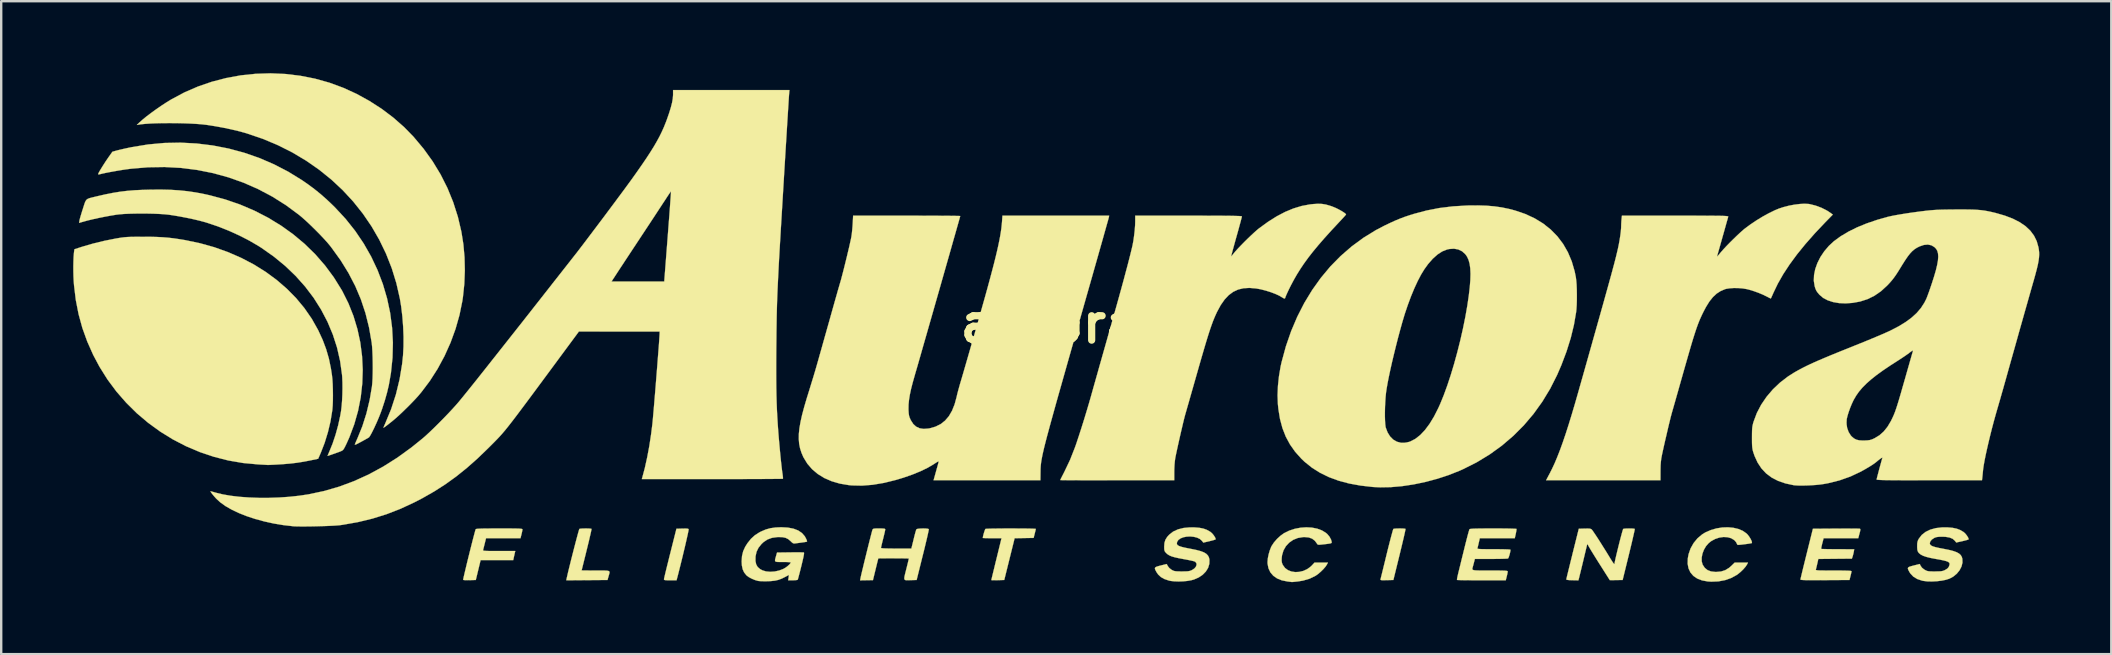
<source format=kicad_pcb>
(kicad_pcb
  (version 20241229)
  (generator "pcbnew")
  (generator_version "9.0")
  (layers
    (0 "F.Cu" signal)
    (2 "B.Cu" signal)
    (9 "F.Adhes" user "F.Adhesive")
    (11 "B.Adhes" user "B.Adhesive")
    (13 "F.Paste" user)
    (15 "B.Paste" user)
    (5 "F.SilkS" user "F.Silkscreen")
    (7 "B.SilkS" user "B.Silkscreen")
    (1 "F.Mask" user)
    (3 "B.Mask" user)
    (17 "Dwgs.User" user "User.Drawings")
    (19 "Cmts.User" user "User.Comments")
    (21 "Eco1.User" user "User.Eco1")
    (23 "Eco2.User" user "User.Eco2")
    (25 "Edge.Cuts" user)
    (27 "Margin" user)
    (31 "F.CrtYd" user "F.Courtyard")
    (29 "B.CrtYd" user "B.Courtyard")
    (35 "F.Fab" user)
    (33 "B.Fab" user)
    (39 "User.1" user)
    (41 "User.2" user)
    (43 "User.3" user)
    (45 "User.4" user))
  (footprint "aurora"
    (layer "F.Cu")
    (at 40.687 10.431)
    (property "Reference" "aurora" (at 0 0 0) (layer "F.SilkS") (effects (font (size 1.524 1.524) (thickness 0.3))))
    (attr through_hole)
    (fp_poly (pts (xy -15.112 8.541) (xy -15.067 8.55) (xy -15.048 8.567) (xy -15.047 8.569) (xy -15.051 8.6) (xy -15.065 8.674) (xy -15.088 8.785) (xy -15.12 8.927) (xy -15.158 9.095) (xy -15.201 9.281) (xy -15.249 9.481) (xy -15.298 9.687) (xy -15.349 9.895) (xy -15.399 10.097) (xy -15.447 10.288) (xy -15.491 10.462) (xy -15.51 10.535) (xy -15.552 10.693) (xy -15.815 10.693) (xy -15.934 10.693) (xy -16.01 10.689) (xy -16.054 10.681) (xy -16.073 10.668) (xy -16.076 10.649) (xy -16.07 10.615) (xy -16.052 10.538) (xy -16.025 10.422) (xy -15.989 10.273) (xy -15.946 10.097) (xy -15.896 9.898) (xy -15.843 9.682) (xy -15.816 9.576) (xy -15.557 8.547) (xy -15.309 8.54) (xy -15.19 8.538) (xy -15.112 8.541)) (stroke (width 0.01) (type solid)) (fill yes) (layer "F.SilkS"))
    (fp_poly (pts (xy 14.704 8.538) (xy 14.776 8.543) (xy 14.814 8.551) (xy 14.817 8.553) (xy 14.814 8.581) (xy 14.799 8.653) (xy 14.775 8.764) (xy 14.742 8.909) (xy 14.701 9.083) (xy 14.654 9.28) (xy 14.602 9.495) (xy 14.57 9.627) (xy 14.311 10.681) (xy 14.037 10.688) (xy 13.916 10.69) (xy 13.838 10.69) (xy 13.794 10.684) (xy 13.775 10.673) (xy 13.774 10.655) (xy 13.775 10.65) (xy 13.784 10.616) (xy 13.803 10.538) (xy 13.832 10.422) (xy 13.869 10.273) (xy 13.912 10.096) (xy 13.961 9.898) (xy 14.013 9.682) (xy 14.036 9.588) (xy 14.09 9.369) (xy 14.142 9.165) (xy 14.189 8.981) (xy 14.231 8.824) (xy 14.265 8.698) (xy 14.291 8.608) (xy 14.308 8.56) (xy 14.311 8.554) (xy 14.348 8.545) (xy 14.419 8.539) (xy 14.512 8.536) (xy 14.611 8.535) (xy 14.704 8.538)) (stroke (width 0.01) (type solid)) (fill yes) (layer "F.SilkS"))
    (fp_poly (pts (xy -1.382 8.536) (xy -1.193 8.537) (xy -1.018 8.538) (xy -0.864 8.54) (xy -0.738 8.543) (xy -0.646 8.547) (xy -0.594 8.551) (xy -0.585 8.553) (xy -0.591 8.586) (xy -0.607 8.653) (xy -0.629 8.742) (xy -0.631 8.75) (xy -0.676 8.928) (xy -1.072 8.935) (xy -1.468 8.942) (xy -1.684 9.811) (xy -1.9 10.681) (xy -2.169 10.689) (xy -2.279 10.691) (xy -2.368 10.691) (xy -2.424 10.688) (xy -2.438 10.685) (xy -2.433 10.658) (xy -2.416 10.588) (xy -2.39 10.479) (xy -2.356 10.339) (xy -2.315 10.172) (xy -2.27 9.984) (xy -2.226 9.807) (xy -2.014 8.941) (xy -2.404 8.941) (xy -2.538 8.94) (xy -2.653 8.938) (xy -2.738 8.935) (xy -2.787 8.932) (xy -2.794 8.93) (xy -2.787 8.879) (xy -2.77 8.803) (xy -2.746 8.717) (xy -2.72 8.637) (xy -2.698 8.577) (xy -2.684 8.554) (xy -2.653 8.55) (xy -2.578 8.546) (xy -2.466 8.542) (xy -2.324 8.54) (xy -2.158 8.538) (xy -1.974 8.536) (xy -1.78 8.535) (xy -1.58 8.535) (xy -1.382 8.536)) (stroke (width 0.01) (type solid)) (fill yes) (layer "F.SilkS"))
    (fp_poly (pts (xy -19.206 8.538) (xy -19.134 8.543) (xy -19.096 8.551) (xy -19.094 8.553) (xy -19.097 8.582) (xy -19.112 8.654) (xy -19.136 8.763) (xy -19.169 8.904) (xy -19.208 9.072) (xy -19.254 9.26) (xy -19.294 9.423) (xy -19.343 9.623) (xy -19.389 9.806) (xy -19.429 9.968) (xy -19.462 10.101) (xy -19.487 10.202) (xy -19.502 10.263) (xy -19.506 10.281) (xy -19.482 10.282) (xy -19.415 10.284) (xy -19.31 10.285) (xy -19.176 10.286) (xy -19.02 10.287) (xy -18.923 10.287) (xy -18.731 10.287) (xy -18.584 10.287) (xy -18.478 10.29) (xy -18.406 10.299) (xy -18.364 10.316) (xy -18.345 10.343) (xy -18.345 10.383) (xy -18.359 10.438) (xy -18.38 10.51) (xy -18.385 10.528) (xy -18.428 10.681) (xy -20.146 10.694) (xy -20.129 10.611) (xy -20.104 10.502) (xy -20.072 10.362) (xy -20.032 10.198) (xy -19.987 10.016) (xy -19.939 9.822) (xy -19.888 9.622) (xy -19.837 9.422) (xy -19.787 9.229) (xy -19.74 9.049) (xy -19.697 8.888) (xy -19.66 8.751) (xy -19.63 8.646) (xy -19.61 8.578) (xy -19.6 8.554) (xy -19.562 8.545) (xy -19.49 8.539) (xy -19.398 8.536) (xy -19.299 8.535) (xy -19.206 8.538)) (stroke (width 0.01) (type solid)) (fill yes) (layer "F.SilkS"))
    (fp_poly (pts (xy -22.686 8.535) (xy -22.483 8.535) (xy -22.323 8.537) (xy -22.199 8.539) (xy -22.107 8.542) (xy -22.043 8.547) (xy -22.002 8.553) (xy -21.98 8.56) (xy -21.972 8.57) (xy -21.971 8.574) (xy -21.977 8.617) (xy -21.992 8.693) (xy -22.012 8.777) (xy -22.053 8.941) (xy -23.489 8.941) (xy -23.544 9.163) (xy -23.57 9.268) (xy -23.593 9.357) (xy -23.608 9.417) (xy -23.612 9.43) (xy -23.613 9.443) (xy -23.604 9.453) (xy -23.579 9.461) (xy -23.533 9.467) (xy -23.46 9.47) (xy -23.354 9.473) (xy -23.211 9.474) (xy -23.024 9.474) (xy -22.948 9.474) (xy -22.27 9.474) (xy -22.285 9.532) (xy -22.298 9.59) (xy -22.317 9.674) (xy -22.328 9.722) (xy -22.356 9.855) (xy -23.715 9.855) (xy -23.815 10.268) (xy -23.915 10.681) (xy -24.173 10.688) (xy -24.282 10.689) (xy -24.37 10.687) (xy -24.427 10.681) (xy -24.442 10.675) (xy -24.438 10.647) (xy -24.424 10.576) (xy -24.399 10.468) (xy -24.367 10.33) (xy -24.328 10.168) (xy -24.285 9.987) (xy -24.238 9.795) (xy -24.189 9.597) (xy -24.14 9.4) (xy -24.092 9.21) (xy -24.047 9.033) (xy -24.006 8.876) (xy -23.971 8.744) (xy -23.944 8.644) (xy -23.926 8.583) (xy -23.919 8.566) (xy -23.901 8.557) (xy -23.857 8.55) (xy -23.783 8.545) (xy -23.676 8.54) (xy -23.531 8.537) (xy -23.346 8.536) (xy -23.115 8.535) (xy -22.935 8.534) (xy -22.686 8.535)) (stroke (width 0.01) (type solid)) (fill yes) (layer "F.SilkS"))
    (fp_poly (pts (xy 28.476 8.507) (xy 28.686 8.557) (xy 28.87 8.635) (xy 29.021 8.742) (xy 29.067 8.788) (xy 29.128 8.866) (xy 29.183 8.952) (xy 29.225 9.034) (xy 29.248 9.1) (xy 29.246 9.14) (xy 29.244 9.143) (xy 29.214 9.151) (xy 29.145 9.164) (xy 29.052 9.178) (xy 28.945 9.192) (xy 28.839 9.205) (xy 28.744 9.215) (xy 28.675 9.22) (xy 28.66 9.22) (xy 28.633 9.199) (xy 28.616 9.16) (xy 28.588 9.106) (xy 28.535 9.043) (xy 28.512 9.021) (xy 28.385 8.942) (xy 28.233 8.899) (xy 28.064 8.89) (xy 27.888 8.915) (xy 27.714 8.973) (xy 27.551 9.062) (xy 27.447 9.145) (xy 27.335 9.273) (xy 27.247 9.424) (xy 27.186 9.586) (xy 27.155 9.75) (xy 27.156 9.904) (xy 27.193 10.037) (xy 27.198 10.048) (xy 27.286 10.178) (xy 27.399 10.269) (xy 27.541 10.324) (xy 27.718 10.345) (xy 27.762 10.346) (xy 27.965 10.327) (xy 28.139 10.271) (xy 28.297 10.174) (xy 28.388 10.094) (xy 28.529 9.957) (xy 29.084 9.957) (xy 29.043 10.037) (xy 28.98 10.131) (xy 28.886 10.239) (xy 28.774 10.347) (xy 28.655 10.444) (xy 28.619 10.469) (xy 28.389 10.596) (xy 28.131 10.687) (xy 27.852 10.739) (xy 27.559 10.751) (xy 27.406 10.742) (xy 27.169 10.698) (xy 26.97 10.621) (xy 26.809 10.511) (xy 26.688 10.371) (xy 26.608 10.202) (xy 26.57 10.006) (xy 26.576 9.785) (xy 26.61 9.603) (xy 26.694 9.363) (xy 26.82 9.141) (xy 26.981 8.945) (xy 27.173 8.783) (xy 27.309 8.699) (xy 27.534 8.601) (xy 27.771 8.532) (xy 28.011 8.494) (xy 28.249 8.486) (xy 28.476 8.507)) (stroke (width 0.01) (type solid)) (fill yes) (layer "F.SilkS"))
    (fp_poly (pts (xy 24.272 8.539) (xy 24.338 8.545) (xy 24.367 8.554) (xy 24.364 8.582) (xy 24.35 8.654) (xy 24.325 8.765) (xy 24.292 8.91) (xy 24.252 9.083) (xy 24.205 9.28) (xy 24.153 9.495) (xy 24.121 9.627) (xy 23.862 10.681) (xy 23.595 10.685) (xy 23.328 10.689) (xy 22.948 10.09) (xy 22.843 9.925) (xy 22.743 9.765) (xy 22.652 9.619) (xy 22.574 9.492) (xy 22.514 9.394) (xy 22.479 9.334) (xy 22.389 9.175) (xy 22.227 9.852) (xy 22.183 10.034) (xy 22.142 10.204) (xy 22.105 10.355) (xy 22.075 10.477) (xy 22.053 10.566) (xy 22.042 10.612) (xy 22.019 10.696) (xy 21.766 10.691) (xy 21.632 10.686) (xy 21.549 10.676) (xy 21.516 10.662) (xy 21.515 10.659) (xy 21.521 10.628) (xy 21.538 10.554) (xy 21.565 10.442) (xy 21.601 10.295) (xy 21.644 10.121) (xy 21.692 9.923) (xy 21.746 9.708) (xy 21.775 9.588) (xy 22.035 8.547) (xy 22.278 8.54) (xy 22.397 8.538) (xy 22.477 8.541) (xy 22.529 8.552) (xy 22.564 8.57) (xy 22.574 8.578) (xy 22.603 8.614) (xy 22.655 8.688) (xy 22.727 8.795) (xy 22.816 8.93) (xy 22.918 9.089) (xy 23.029 9.266) (xy 23.148 9.455) (xy 23.27 9.653) (xy 23.36 9.802) (xy 23.421 9.898) (xy 23.471 9.971) (xy 23.506 10.014) (xy 23.52 10.021) (xy 23.52 10.019) (xy 23.526 9.975) (xy 23.543 9.892) (xy 23.568 9.777) (xy 23.6 9.639) (xy 23.638 9.483) (xy 23.678 9.319) (xy 23.719 9.154) (xy 23.76 8.994) (xy 23.798 8.849) (xy 23.832 8.724) (xy 23.859 8.629) (xy 23.878 8.57) (xy 23.886 8.554) (xy 23.924 8.545) (xy 23.995 8.539) (xy 24.086 8.536) (xy 24.183 8.536) (xy 24.272 8.539)) (stroke (width 0.01) (type solid)) (fill yes) (layer "F.SilkS"))
    (fp_poly (pts (xy 33.353 8.539) (xy 33.506 8.54) (xy 33.627 8.541) (xy 33.709 8.543) (xy 33.747 8.545) (xy 33.749 8.545) (xy 33.766 8.573) (xy 33.758 8.636) (xy 33.757 8.641) (xy 33.735 8.722) (xy 33.711 8.815) (xy 33.706 8.833) (xy 33.678 8.941) (xy 32.235 8.941) (xy 32.21 9.036) (xy 32.171 9.184) (xy 32.147 9.289) (xy 32.135 9.353) (xy 32.134 9.383) (xy 32.136 9.386) (xy 32.163 9.389) (xy 32.234 9.391) (xy 32.343 9.394) (xy 32.483 9.396) (xy 32.646 9.398) (xy 32.827 9.399) (xy 32.828 9.399) (xy 33.509 9.401) (xy 33.493 9.499) (xy 33.473 9.593) (xy 33.447 9.689) (xy 33.445 9.694) (xy 33.413 9.792) (xy 32.714 9.798) (xy 32.014 9.805) (xy 31.97 10.002) (xy 31.947 10.101) (xy 31.927 10.185) (xy 31.913 10.237) (xy 31.912 10.243) (xy 31.911 10.255) (xy 31.92 10.265) (xy 31.944 10.273) (xy 31.988 10.279) (xy 32.058 10.283) (xy 32.158 10.285) (xy 32.295 10.286) (xy 32.473 10.287) (xy 32.65 10.287) (xy 32.875 10.287) (xy 33.053 10.289) (xy 33.189 10.292) (xy 33.287 10.296) (xy 33.352 10.301) (xy 33.388 10.309) (xy 33.399 10.318) (xy 33.399 10.319) (xy 33.391 10.358) (xy 33.375 10.431) (xy 33.354 10.516) (xy 33.312 10.681) (xy 32.29 10.687) (xy 32.025 10.689) (xy 31.808 10.689) (xy 31.633 10.689) (xy 31.498 10.687) (xy 31.398 10.684) (xy 31.329 10.679) (xy 31.288 10.673) (xy 31.27 10.665) (xy 31.268 10.662) (xy 31.275 10.631) (xy 31.292 10.556) (xy 31.319 10.443) (xy 31.354 10.296) (xy 31.397 10.121) (xy 31.446 9.923) (xy 31.499 9.708) (xy 31.529 9.588) (xy 31.788 8.547) (xy 32.753 8.54) (xy 32.97 8.539) (xy 33.172 8.539) (xy 33.353 8.539)) (stroke (width 0.01) (type solid)) (fill yes) (layer "F.SilkS"))
    (fp_poly (pts (xy 10.919 8.5) (xy 11.138 8.543) (xy 11.334 8.616) (xy 11.499 8.717) (xy 11.559 8.769) (xy 11.649 8.877) (xy 11.713 8.994) (xy 11.741 9.096) (xy 11.742 9.122) (xy 11.731 9.14) (xy 11.701 9.154) (xy 11.643 9.166) (xy 11.549 9.179) (xy 11.455 9.19) (xy 11.33 9.204) (xy 11.245 9.212) (xy 11.192 9.212) (xy 11.161 9.205) (xy 11.144 9.19) (xy 11.138 9.18) (xy 11.043 9.05) (xy 10.928 8.961) (xy 10.788 8.909) (xy 10.616 8.893) (xy 10.543 8.895) (xy 10.33 8.931) (xy 10.137 9.009) (xy 9.97 9.125) (xy 9.833 9.273) (xy 9.733 9.449) (xy 9.673 9.648) (xy 9.659 9.762) (xy 9.656 9.869) (xy 9.664 9.946) (xy 9.686 10.014) (xy 9.707 10.058) (xy 9.797 10.181) (xy 9.919 10.271) (xy 10.064 10.328) (xy 10.224 10.352) (xy 10.393 10.343) (xy 10.562 10.302) (xy 10.724 10.227) (xy 10.87 10.119) (xy 10.923 10.067) (xy 11.025 9.957) (xy 11.584 9.957) (xy 11.541 10.039) (xy 11.483 10.127) (xy 11.394 10.23) (xy 11.287 10.335) (xy 11.175 10.431) (xy 11.071 10.505) (xy 10.823 10.626) (xy 10.544 10.708) (xy 10.332 10.742) (xy 10.227 10.753) (xy 10.142 10.762) (xy 10.09 10.766) (xy 10.078 10.766) (xy 10.051 10.762) (xy 9.988 10.754) (xy 9.9 10.743) (xy 9.894 10.742) (xy 9.664 10.696) (xy 9.468 10.617) (xy 9.309 10.506) (xy 9.188 10.365) (xy 9.108 10.197) (xy 9.07 10.004) (xy 9.068 9.933) (xy 9.08 9.783) (xy 9.114 9.612) (xy 9.164 9.442) (xy 9.223 9.294) (xy 9.239 9.264) (xy 9.334 9.12) (xy 9.461 8.973) (xy 9.605 8.84) (xy 9.75 8.735) (xy 9.757 8.731) (xy 9.972 8.625) (xy 10.204 8.549) (xy 10.444 8.503) (xy 10.685 8.487) (xy 10.919 8.5)) (stroke (width 0.01) (type solid)) (fill yes) (layer "F.SilkS"))
    (fp_poly (pts (xy -37.466 -3.616) (xy -37.201 -3.609) (xy -36.96 -3.597) (xy -36.733 -3.579) (xy -36.504 -3.553) (xy -36.263 -3.517) (xy -36.03 -3.479) (xy -35.41 -3.349) (xy -34.811 -3.182) (xy -34.236 -2.977) (xy -33.686 -2.737) (xy -33.164 -2.464) (xy -32.673 -2.158) (xy -32.214 -1.821) (xy -31.79 -1.455) (xy -31.402 -1.062) (xy -31.054 -0.642) (xy -30.747 -0.198) (xy -30.484 0.27) (xy -30.472 0.295) (xy -30.292 0.686) (xy -30.149 1.068) (xy -30.036 1.457) (xy -29.951 1.868) (xy -29.908 2.148) (xy -29.89 2.318) (xy -29.877 2.522) (xy -29.87 2.747) (xy -29.867 2.979) (xy -29.869 3.205) (xy -29.877 3.411) (xy -29.891 3.583) (xy -29.895 3.619) (xy -29.968 4.069) (xy -30.076 4.524) (xy -30.212 4.967) (xy -30.373 5.382) (xy -30.38 5.398) (xy -30.482 5.631) (xy -30.805 5.699) (xy -31.091 5.754) (xy -31.362 5.797) (xy -31.638 5.83) (xy -31.936 5.855) (xy -32.108 5.866) (xy -32.255 5.875) (xy -32.386 5.881) (xy -32.491 5.886) (xy -32.562 5.889) (xy -32.588 5.889) (xy -32.626 5.886) (xy -32.705 5.881) (xy -32.814 5.875) (xy -32.942 5.868) (xy -32.982 5.866) (xy -33.609 5.808) (xy -34.226 5.702) (xy -34.83 5.548) (xy -35.418 5.35) (xy -35.987 5.108) (xy -36.536 4.824) (xy -37.062 4.499) (xy -37.562 4.136) (xy -38.034 3.737) (xy -38.475 3.301) (xy -38.884 2.833) (xy -39.257 2.332) (xy -39.591 1.8) (xy -39.853 1.308) (xy -40.102 0.748) (xy -40.305 0.185) (xy -40.463 -0.39) (xy -40.579 -0.982) (xy -40.653 -1.598) (xy -40.667 -1.778) (xy -40.676 -1.964) (xy -40.681 -2.168) (xy -40.682 -2.378) (xy -40.678 -2.583) (xy -40.671 -2.768) (xy -40.659 -2.924) (xy -40.65 -3.003) (xy -40.636 -3.098) (xy -40.314 -3.202) (xy -39.868 -3.332) (xy -39.393 -3.448) (xy -38.911 -3.544) (xy -38.892 -3.547) (xy -38.77 -3.568) (xy -38.664 -3.584) (xy -38.565 -3.596) (xy -38.463 -3.605) (xy -38.35 -3.611) (xy -38.217 -3.614) (xy -38.054 -3.616) (xy -37.852 -3.617) (xy -37.77 -3.617) (xy -37.466 -3.616)) (stroke (width 0.01) (type solid)) (fill yes) (layer "F.SilkS"))
    (fp_poly (pts (xy -6.995 8.536) (xy -6.919 8.54) (xy -6.877 8.549) (xy -6.86 8.564) (xy -6.858 8.574) (xy -6.864 8.612) (xy -6.88 8.689) (xy -6.905 8.795) (xy -6.935 8.92) (xy -6.947 8.966) (xy -6.979 9.094) (xy -7.006 9.206) (xy -7.025 9.29) (xy -7.035 9.339) (xy -7.036 9.346) (xy -7.012 9.355) (xy -6.938 9.363) (xy -6.816 9.368) (xy -6.644 9.371) (xy -6.422 9.373) (xy -6.404 9.373) (xy -5.772 9.373) (xy -5.756 9.315) (xy -5.745 9.27) (xy -5.724 9.186) (xy -5.697 9.076) (xy -5.666 8.95) (xy -5.661 8.928) (xy -5.63 8.804) (xy -5.601 8.696) (xy -5.577 8.616) (xy -5.561 8.572) (xy -5.559 8.569) (xy -5.523 8.554) (xy -5.452 8.543) (xy -5.36 8.537) (xy -5.26 8.535) (xy -5.166 8.538) (xy -5.09 8.546) (xy -5.047 8.56) (xy -5.043 8.565) (xy -5.046 8.596) (xy -5.061 8.671) (xy -5.086 8.785) (xy -5.119 8.931) (xy -5.161 9.107) (xy -5.208 9.304) (xy -5.261 9.52) (xy -5.291 9.639) (xy -5.55 10.681) (xy -5.81 10.688) (xy -5.908 10.691) (xy -5.98 10.692) (xy -6.029 10.682) (xy -6.057 10.657) (xy -6.065 10.611) (xy -6.056 10.536) (xy -6.031 10.427) (xy -5.993 10.277) (xy -5.97 10.186) (xy -5.937 10.053) (xy -5.909 9.938) (xy -5.888 9.85) (xy -5.878 9.798) (xy -5.877 9.787) (xy -5.903 9.785) (xy -5.971 9.783) (xy -6.074 9.781) (xy -6.202 9.78) (xy -6.347 9.779) (xy -6.501 9.778) (xy -6.656 9.778) (xy -6.803 9.778) (xy -6.934 9.779) (xy -7.04 9.78) (xy -7.114 9.781) (xy -7.146 9.783) (xy -7.147 9.784) (xy -7.154 9.81) (xy -7.172 9.877) (xy -7.197 9.978) (xy -7.228 10.105) (xy -7.261 10.24) (xy -7.37 10.687) (xy -7.906 10.696) (xy -7.887 10.599) (xy -7.875 10.541) (xy -7.853 10.444) (xy -7.822 10.313) (xy -7.784 10.157) (xy -7.742 9.98) (xy -7.695 9.791) (xy -7.647 9.595) (xy -7.599 9.4) (xy -7.552 9.211) (xy -7.508 9.036) (xy -7.468 8.881) (xy -7.435 8.752) (xy -7.41 8.657) (xy -7.395 8.602) (xy -7.391 8.592) (xy -7.377 8.566) (xy -7.354 8.549) (xy -7.312 8.54) (xy -7.242 8.535) (xy -7.132 8.534) (xy -7.113 8.534) (xy -6.995 8.536)) (stroke (width 0.01) (type solid)) (fill yes) (layer "F.SilkS"))
    (fp_poly (pts (xy 18.683 8.535) (xy 18.883 8.536) (xy 19.06 8.538) (xy 19.21 8.541) (xy 19.327 8.545) (xy 19.405 8.549) (xy 19.439 8.553) (xy 19.44 8.553) (xy 19.44 8.586) (xy 19.43 8.654) (xy 19.412 8.743) (xy 19.41 8.757) (xy 19.368 8.941) (xy 17.912 8.941) (xy 17.869 9.125) (xy 17.847 9.221) (xy 17.827 9.302) (xy 17.815 9.351) (xy 17.814 9.354) (xy 17.813 9.367) (xy 17.823 9.377) (xy 17.848 9.385) (xy 17.894 9.39) (xy 17.967 9.394) (xy 18.072 9.396) (xy 18.215 9.398) (xy 18.401 9.398) (xy 18.488 9.398) (xy 18.67 9.399) (xy 18.834 9.401) (xy 18.975 9.404) (xy 19.085 9.408) (xy 19.158 9.413) (xy 19.187 9.419) (xy 19.187 9.419) (xy 19.188 9.454) (xy 19.176 9.522) (xy 19.156 9.604) (xy 19.132 9.687) (xy 19.108 9.752) (xy 19.088 9.785) (xy 19.057 9.79) (xy 18.982 9.794) (xy 18.87 9.798) (xy 18.727 9.801) (xy 18.562 9.803) (xy 18.384 9.804) (xy 17.706 9.804) (xy 17.678 9.912) (xy 17.654 10.005) (xy 17.63 10.095) (xy 17.626 10.109) (xy 17.612 10.16) (xy 17.602 10.2) (xy 17.602 10.231) (xy 17.617 10.253) (xy 17.651 10.269) (xy 17.71 10.279) (xy 17.799 10.284) (xy 17.922 10.287) (xy 18.086 10.287) (xy 18.294 10.287) (xy 18.339 10.287) (xy 18.553 10.287) (xy 18.723 10.288) (xy 18.851 10.29) (xy 18.945 10.293) (xy 19.009 10.298) (xy 19.049 10.305) (xy 19.069 10.314) (xy 19.075 10.325) (xy 19.075 10.326) (xy 19.069 10.37) (xy 19.054 10.446) (xy 19.034 10.529) (xy 18.993 10.693) (xy 17.984 10.693) (xy 17.763 10.693) (xy 17.558 10.692) (xy 17.374 10.691) (xy 17.217 10.689) (xy 17.093 10.686) (xy 17.007 10.683) (xy 16.965 10.68) (xy 16.962 10.679) (xy 16.961 10.65) (xy 16.972 10.584) (xy 16.992 10.491) (xy 17.006 10.432) (xy 17.026 10.348) (xy 17.057 10.224) (xy 17.096 10.066) (xy 17.14 9.884) (xy 17.189 9.686) (xy 17.24 9.48) (xy 17.26 9.398) (xy 17.308 9.203) (xy 17.354 9.023) (xy 17.395 8.865) (xy 17.43 8.734) (xy 17.458 8.637) (xy 17.476 8.579) (xy 17.482 8.566) (xy 17.5 8.558) (xy 17.543 8.551) (xy 17.615 8.545) (xy 17.719 8.541) (xy 17.86 8.538) (xy 18.04 8.536) (xy 18.265 8.535) (xy 18.467 8.534) (xy 18.683 8.535)) (stroke (width 0.01) (type solid)) (fill yes) (layer "F.SilkS"))
    (fp_poly (pts (xy -31.846 -10.399) (xy -31.229 -10.325) (xy -30.618 -10.205) (xy -30.018 -10.037) (xy -30.003 -10.032) (xy -29.438 -9.824) (xy -28.884 -9.571) (xy -28.349 -9.277) (xy -27.837 -8.947) (xy -27.353 -8.582) (xy -26.904 -8.188) (xy -26.516 -7.791) (xy -26.091 -7.284) (xy -25.713 -6.759) (xy -25.382 -6.213) (xy -25.097 -5.647) (xy -24.857 -5.059) (xy -24.662 -4.448) (xy -24.515 -3.823) (xy -24.433 -3.305) (xy -24.385 -2.763) (xy -24.372 -2.208) (xy -24.394 -1.652) (xy -24.451 -1.108) (xy -24.476 -0.94) (xy -24.595 -0.357) (xy -24.76 0.223) (xy -24.968 0.793) (xy -25.217 1.347) (xy -25.504 1.879) (xy -25.826 2.383) (xy -26.181 2.854) (xy -26.323 3.023) (xy -26.43 3.14) (xy -26.562 3.279) (xy -26.71 3.43) (xy -26.866 3.583) (xy -27.018 3.73) (xy -27.159 3.86) (xy -27.277 3.965) (xy -27.308 3.991) (xy -27.453 4.11) (xy -27.574 4.206) (xy -27.668 4.278) (xy -27.731 4.322) (xy -27.761 4.337) (xy -27.762 4.335) (xy -27.752 4.307) (xy -27.727 4.246) (xy -27.69 4.165) (xy -27.689 4.161) (xy -27.444 3.568) (xy -27.244 2.954) (xy -27.091 2.325) (xy -26.985 1.687) (xy -26.947 1.331) (xy -26.927 0.955) (xy -26.925 0.547) (xy -26.942 0.123) (xy -26.975 -0.302) (xy -27.024 -0.714) (xy -27.078 -1.041) (xy -27.225 -1.686) (xy -27.418 -2.312) (xy -27.656 -2.915) (xy -27.937 -3.496) (xy -28.259 -4.052) (xy -28.621 -4.582) (xy -29.022 -5.085) (xy -29.459 -5.558) (xy -29.933 -6) (xy -30.441 -6.41) (xy -30.981 -6.786) (xy -31.552 -7.127) (xy -32.154 -7.43) (xy -32.783 -7.695) (xy -33.44 -7.919) (xy -33.549 -7.952) (xy -33.814 -8.023) (xy -34.114 -8.094) (xy -34.434 -8.161) (xy -34.759 -8.221) (xy -35.074 -8.271) (xy -35.154 -8.282) (xy -35.348 -8.304) (xy -35.578 -8.321) (xy -35.834 -8.335) (xy -36.108 -8.345) (xy -36.393 -8.351) (xy -36.681 -8.353) (xy -36.963 -8.351) (xy -37.231 -8.345) (xy -37.477 -8.335) (xy -37.694 -8.32) (xy -37.873 -8.302) (xy -37.957 -8.289) (xy -38.036 -8.275) (xy -37.948 -8.362) (xy -37.812 -8.484) (xy -37.642 -8.624) (xy -37.445 -8.774) (xy -37.23 -8.929) (xy -37.008 -9.082) (xy -36.787 -9.226) (xy -36.593 -9.344) (xy -36.053 -9.632) (xy -35.49 -9.876) (xy -34.909 -10.076) (xy -34.312 -10.231) (xy -33.704 -10.342) (xy -33.087 -10.406) (xy -32.467 -10.426) (xy -31.846 -10.399)) (stroke (width 0.01) (type solid)) (fill yes) (layer "F.SilkS"))
    (fp_poly (pts (xy 6.02 8.491) (xy 6.227 8.507) (xy 6.397 8.54) (xy 6.541 8.592) (xy 6.673 8.667) (xy 6.702 8.687) (xy 6.767 8.746) (xy 6.83 8.823) (xy 6.88 8.902) (xy 6.907 8.968) (xy 6.909 8.984) (xy 6.886 8.998) (xy 6.823 9.019) (xy 6.732 9.044) (xy 6.651 9.064) (xy 6.393 9.124) (xy 6.334 9.048) (xy 6.247 8.971) (xy 6.131 8.916) (xy 5.994 8.882) (xy 5.847 8.868) (xy 5.7 8.875) (xy 5.561 8.902) (xy 5.443 8.949) (xy 5.353 9.015) (xy 5.306 9.087) (xy 5.291 9.143) (xy 5.295 9.19) (xy 5.323 9.23) (xy 5.381 9.264) (xy 5.472 9.297) (xy 5.602 9.33) (xy 5.774 9.365) (xy 5.88 9.385) (xy 6.104 9.431) (xy 6.282 9.479) (xy 6.419 9.531) (xy 6.519 9.592) (xy 6.587 9.663) (xy 6.629 9.747) (xy 6.648 9.836) (xy 6.643 10.011) (xy 6.592 10.177) (xy 6.498 10.329) (xy 6.366 10.464) (xy 6.2 10.576) (xy 6.004 10.661) (xy 5.891 10.692) (xy 5.732 10.72) (xy 5.551 10.737) (xy 5.362 10.743) (xy 5.183 10.737) (xy 5.028 10.72) (xy 4.959 10.705) (xy 4.771 10.641) (xy 4.624 10.558) (xy 4.511 10.452) (xy 4.444 10.355) (xy 4.397 10.268) (xy 4.375 10.208) (xy 4.383 10.166) (xy 4.427 10.135) (xy 4.511 10.106) (xy 4.618 10.078) (xy 4.868 10.016) (xy 4.917 10.107) (xy 4.978 10.184) (xy 5.067 10.253) (xy 5.08 10.261) (xy 5.133 10.289) (xy 5.185 10.307) (xy 5.246 10.318) (xy 5.33 10.323) (xy 5.448 10.325) (xy 5.499 10.325) (xy 5.634 10.324) (xy 5.731 10.32) (xy 5.803 10.31) (xy 5.862 10.293) (xy 5.92 10.268) (xy 5.927 10.264) (xy 6.022 10.201) (xy 6.084 10.127) (xy 6.112 10.05) (xy 6.103 9.979) (xy 6.054 9.922) (xy 6.03 9.91) (xy 5.984 9.895) (xy 5.898 9.875) (xy 5.781 9.85) (xy 5.645 9.824) (xy 5.552 9.807) (xy 5.351 9.769) (xy 5.194 9.733) (xy 5.071 9.697) (xy 4.977 9.656) (xy 4.903 9.61) (xy 4.841 9.555) (xy 4.839 9.552) (xy 4.798 9.505) (xy 4.776 9.459) (xy 4.765 9.399) (xy 4.763 9.307) (xy 4.763 9.288) (xy 4.774 9.134) (xy 4.814 9.005) (xy 4.888 8.887) (xy 4.973 8.793) (xy 5.135 8.666) (xy 5.335 8.573) (xy 5.571 8.514) (xy 5.843 8.489) (xy 6.02 8.491)) (stroke (width 0.01) (type solid)) (fill yes) (layer "F.SilkS"))
    (fp_poly (pts (xy 37.396 8.49) (xy 37.606 8.508) (xy 37.78 8.544) (xy 37.928 8.601) (xy 38.063 8.681) (xy 38.071 8.687) (xy 38.136 8.746) (xy 38.199 8.824) (xy 38.249 8.903) (xy 38.276 8.969) (xy 38.278 8.985) (xy 38.255 8.998) (xy 38.192 9.019) (xy 38.1 9.043) (xy 38.019 9.063) (xy 37.76 9.12) (xy 37.701 9.045) (xy 37.61 8.965) (xy 37.48 8.911) (xy 37.31 8.883) (xy 37.173 8.878) (xy 37.044 8.881) (xy 36.95 8.892) (xy 36.877 8.914) (xy 36.844 8.929) (xy 36.744 8.995) (xy 36.68 9.072) (xy 36.658 9.15) (xy 36.662 9.178) (xy 36.681 9.216) (xy 36.721 9.25) (xy 36.789 9.281) (xy 36.889 9.312) (xy 37.028 9.344) (xy 37.21 9.379) (xy 37.242 9.385) (xy 37.464 9.43) (xy 37.64 9.475) (xy 37.776 9.524) (xy 37.877 9.58) (xy 37.947 9.644) (xy 37.992 9.721) (xy 38.014 9.799) (xy 38.019 9.958) (xy 37.979 10.12) (xy 37.899 10.275) (xy 37.784 10.417) (xy 37.638 10.538) (xy 37.478 10.625) (xy 37.331 10.673) (xy 37.15 10.709) (xy 36.95 10.733) (xy 36.745 10.743) (xy 36.55 10.739) (xy 36.381 10.718) (xy 36.335 10.708) (xy 36.135 10.64) (xy 35.975 10.544) (xy 35.854 10.417) (xy 35.813 10.355) (xy 35.766 10.268) (xy 35.744 10.208) (xy 35.752 10.166) (xy 35.795 10.135) (xy 35.879 10.107) (xy 35.989 10.078) (xy 36.24 10.015) (xy 36.28 10.098) (xy 36.333 10.17) (xy 36.418 10.239) (xy 36.441 10.253) (xy 36.496 10.284) (xy 36.546 10.304) (xy 36.602 10.317) (xy 36.677 10.323) (xy 36.783 10.325) (xy 36.868 10.325) (xy 37.003 10.324) (xy 37.1 10.32) (xy 37.172 10.31) (xy 37.231 10.293) (xy 37.289 10.268) (xy 37.296 10.264) (xy 37.389 10.207) (xy 37.445 10.141) (xy 37.456 10.116) (xy 37.478 10.053) (xy 37.483 10.002) (xy 37.466 9.961) (xy 37.422 9.926) (xy 37.345 9.895) (xy 37.232 9.866) (xy 37.078 9.834) (xy 36.912 9.805) (xy 36.692 9.763) (xy 36.518 9.72) (xy 36.383 9.674) (xy 36.282 9.622) (xy 36.21 9.564) (xy 36.182 9.531) (xy 36.154 9.48) (xy 36.138 9.413) (xy 36.132 9.317) (xy 36.132 9.271) (xy 36.134 9.162) (xy 36.147 9.084) (xy 36.172 9.015) (xy 36.203 8.959) (xy 36.323 8.804) (xy 36.483 8.678) (xy 36.679 8.583) (xy 36.91 8.52) (xy 37.171 8.49) (xy 37.396 8.49)) (stroke (width 0.01) (type solid)) (fill yes) (layer "F.SilkS"))
    (fp_poly (pts (xy -10.913 8.499) (xy -10.678 8.544) (xy -10.483 8.619) (xy -10.326 8.726) (xy -10.207 8.863) (xy -10.145 8.982) (xy -10.122 9.042) (xy -10.115 9.079) (xy -10.116 9.083) (xy -10.144 9.09) (xy -10.209 9.102) (xy -10.3 9.115) (xy -10.327 9.119) (xy -10.435 9.134) (xy -10.535 9.147) (xy -10.607 9.157) (xy -10.613 9.158) (xy -10.666 9.16) (xy -10.712 9.143) (xy -10.765 9.099) (xy -10.804 9.06) (xy -10.901 8.978) (xy -11.008 8.925) (xy -11.137 8.898) (xy -11.3 8.892) (xy -11.36 8.895) (xy -11.576 8.925) (xy -11.763 8.993) (xy -11.927 9.102) (xy -12.015 9.185) (xy -12.14 9.342) (xy -12.219 9.506) (xy -12.259 9.686) (xy -12.262 9.718) (xy -12.264 9.892) (xy -12.235 10.029) (xy -12.173 10.138) (xy -12.074 10.225) (xy -11.977 10.278) (xy -11.826 10.324) (xy -11.649 10.34) (xy -11.461 10.327) (xy -11.274 10.286) (xy -11.103 10.22) (xy -10.996 10.157) (xy -10.908 10.088) (xy -10.839 10.022) (xy -10.801 9.969) (xy -10.796 9.95) (xy -10.819 9.943) (xy -10.884 9.937) (xy -10.981 9.933) (xy -11.101 9.931) (xy -11.125 9.931) (xy -11.266 9.932) (xy -11.362 9.929) (xy -11.42 9.917) (xy -11.447 9.891) (xy -11.449 9.845) (xy -11.433 9.775) (xy -11.409 9.69) (xy -11.366 9.538) (xy -10.821 9.531) (xy -10.658 9.529) (xy -10.512 9.529) (xy -10.391 9.53) (xy -10.302 9.531) (xy -10.252 9.534) (xy -10.246 9.535) (xy -10.24 9.559) (xy -10.247 9.623) (xy -10.267 9.729) (xy -10.301 9.879) (xy -10.348 10.076) (xy -10.353 10.096) (xy -10.393 10.257) (xy -10.43 10.401) (xy -10.462 10.521) (xy -10.486 10.611) (xy -10.501 10.661) (xy -10.504 10.67) (xy -10.535 10.681) (xy -10.603 10.689) (xy -10.694 10.693) (xy -10.71 10.693) (xy -10.902 10.693) (xy -10.885 10.581) (xy -10.869 10.468) (xy -11.007 10.543) (xy -11.163 10.621) (xy -11.306 10.675) (xy -11.453 10.709) (xy -11.621 10.727) (xy -11.748 10.733) (xy -11.879 10.735) (xy -12.002 10.732) (xy -12.103 10.726) (xy -12.161 10.719) (xy -12.29 10.681) (xy -12.423 10.625) (xy -12.544 10.56) (xy -12.634 10.492) (xy -12.645 10.482) (xy -12.738 10.364) (xy -12.798 10.232) (xy -12.831 10.073) (xy -12.84 9.906) (xy -12.825 9.682) (xy -12.777 9.484) (xy -12.691 9.295) (xy -12.599 9.15) (xy -12.452 8.966) (xy -12.291 8.819) (xy -12.101 8.697) (xy -12.028 8.66) (xy -11.836 8.578) (xy -11.641 8.524) (xy -11.429 8.494) (xy -11.189 8.484) (xy -10.913 8.499)) (stroke (width 0.01) (type solid)) (fill yes) (layer "F.SilkS"))
    (fp_poly (pts (xy -36.641 -5.574) (xy -36.275 -5.551) (xy -35.925 -5.515) (xy -35.579 -5.464) (xy -35.226 -5.396) (xy -35.005 -5.347) (xy -34.359 -5.174) (xy -33.736 -4.96) (xy -33.139 -4.705) (xy -32.569 -4.412) (xy -32.028 -4.082) (xy -31.518 -3.716) (xy -31.041 -3.316) (xy -30.599 -2.884) (xy -30.195 -2.419) (xy -29.829 -1.925) (xy -29.504 -1.402) (xy -29.479 -1.359) (xy -29.223 -0.847) (xy -29.012 -0.317) (xy -28.847 0.23) (xy -28.727 0.788) (xy -28.654 1.355) (xy -28.626 1.926) (xy -28.645 2.499) (xy -28.709 3.07) (xy -28.82 3.635) (xy -28.978 4.191) (xy -29.182 4.735) (xy -29.298 4.993) (xy -29.355 5.112) (xy -29.398 5.194) (xy -29.433 5.247) (xy -29.467 5.281) (xy -29.507 5.304) (xy -29.543 5.32) (xy -29.602 5.343) (xy -29.687 5.374) (xy -29.787 5.41) (xy -29.888 5.445) (xy -29.98 5.477) (xy -30.051 5.5) (xy -30.088 5.511) (xy -30.09 5.512) (xy -30.084 5.491) (xy -30.061 5.435) (xy -30.027 5.355) (xy -30.021 5.342) (xy -29.882 5.001) (xy -29.757 4.627) (xy -29.649 4.236) (xy -29.564 3.845) (xy -29.527 3.632) (xy -29.504 3.436) (xy -29.486 3.205) (xy -29.474 2.954) (xy -29.469 2.698) (xy -29.471 2.453) (xy -29.48 2.234) (xy -29.488 2.134) (xy -29.568 1.559) (xy -29.696 0.998) (xy -29.872 0.453) (xy -30.094 -0.076) (xy -30.361 -0.585) (xy -30.671 -1.075) (xy -31.025 -1.542) (xy -31.42 -1.985) (xy -31.856 -2.403) (xy -32.332 -2.794) (xy -32.846 -3.156) (xy -32.964 -3.231) (xy -33.349 -3.456) (xy -33.77 -3.672) (xy -34.212 -3.872) (xy -34.662 -4.05) (xy -35.106 -4.199) (xy -35.204 -4.229) (xy -35.432 -4.29) (xy -35.695 -4.352) (xy -35.976 -4.411) (xy -36.261 -4.465) (xy -36.534 -4.511) (xy -36.728 -4.539) (xy -36.902 -4.556) (xy -37.112 -4.569) (xy -37.348 -4.579) (xy -37.601 -4.584) (xy -37.86 -4.586) (xy -38.115 -4.583) (xy -38.358 -4.577) (xy -38.577 -4.567) (xy -38.762 -4.552) (xy -38.875 -4.539) (xy -39.113 -4.5) (xy -39.369 -4.453) (xy -39.628 -4.401) (xy -39.873 -4.347) (xy -40.091 -4.294) (xy -40.179 -4.27) (xy -40.442 -4.196) (xy -40.427 -4.293) (xy -40.414 -4.351) (xy -40.388 -4.446) (xy -40.352 -4.567) (xy -40.31 -4.704) (xy -40.284 -4.784) (xy -40.24 -4.923) (xy -40.206 -5.027) (xy -40.174 -5.102) (xy -40.137 -5.156) (xy -40.086 -5.194) (xy -40.014 -5.224) (xy -39.914 -5.251) (xy -39.777 -5.284) (xy -39.677 -5.308) (xy -39.346 -5.384) (xy -39.038 -5.445) (xy -38.743 -5.493) (xy -38.446 -5.529) (xy -38.136 -5.555) (xy -37.8 -5.571) (xy -37.465 -5.58) (xy -37.034 -5.583) (xy -36.641 -5.574)) (stroke (width 0.01) (type solid)) (fill yes) (layer "F.SilkS"))
    (fp_poly (pts (xy -35.541 -7.503) (xy -34.874 -7.421) (xy -34.215 -7.293) (xy -33.568 -7.119) (xy -32.936 -6.9) (xy -32.321 -6.635) (xy -31.727 -6.327) (xy -31.157 -5.976) (xy -30.915 -5.809) (xy -30.64 -5.604) (xy -30.386 -5.399) (xy -30.137 -5.181) (xy -29.881 -4.938) (xy -29.781 -4.839) (xy -29.34 -4.364) (xy -28.942 -3.864) (xy -28.587 -3.339) (xy -28.276 -2.794) (xy -28.01 -2.23) (xy -27.788 -1.649) (xy -27.613 -1.054) (xy -27.484 -0.448) (xy -27.403 0.169) (xy -27.369 0.792) (xy -27.385 1.42) (xy -27.45 2.051) (xy -27.537 2.552) (xy -27.612 2.871) (xy -27.708 3.212) (xy -27.819 3.552) (xy -27.877 3.712) (xy -27.936 3.863) (xy -28.002 4.022) (xy -28.073 4.182) (xy -28.144 4.336) (xy -28.212 4.475) (xy -28.273 4.593) (xy -28.324 4.682) (xy -28.361 4.734) (xy -28.371 4.743) (xy -28.428 4.777) (xy -28.511 4.824) (xy -28.609 4.878) (xy -28.71 4.933) (xy -28.802 4.982) (xy -28.873 5.019) (xy -28.912 5.037) (xy -28.948 5.043) (xy -28.956 5.037) (xy -28.946 5.009) (xy -28.919 4.945) (xy -28.88 4.856) (xy -28.845 4.778) (xy -28.642 4.278) (xy -28.472 3.743) (xy -28.336 3.176) (xy -28.241 2.616) (xy -28.227 2.474) (xy -28.216 2.291) (xy -28.21 2.08) (xy -28.207 1.85) (xy -28.209 1.613) (xy -28.214 1.379) (xy -28.223 1.16) (xy -28.235 0.965) (xy -28.251 0.806) (xy -28.254 0.787) (xy -28.362 0.163) (xy -28.511 -0.434) (xy -28.702 -1.009) (xy -28.937 -1.565) (xy -29.218 -2.106) (xy -29.545 -2.636) (xy -29.922 -3.158) (xy -29.994 -3.251) (xy -30.105 -3.384) (xy -30.247 -3.54) (xy -30.41 -3.713) (xy -30.587 -3.892) (xy -30.769 -4.071) (xy -30.947 -4.24) (xy -31.114 -4.39) (xy -31.26 -4.514) (xy -31.28 -4.531) (xy -31.822 -4.931) (xy -32.388 -5.288) (xy -32.978 -5.601) (xy -33.588 -5.869) (xy -34.218 -6.092) (xy -34.864 -6.27) (xy -35.524 -6.401) (xy -36.197 -6.486) (xy -36.881 -6.523) (xy -37.572 -6.512) (xy -38.27 -6.453) (xy -38.494 -6.424) (xy -38.654 -6.4) (xy -38.83 -6.371) (xy -39.011 -6.339) (xy -39.186 -6.307) (xy -39.345 -6.276) (xy -39.476 -6.247) (xy -39.567 -6.225) (xy -39.57 -6.224) (xy -39.628 -6.213) (xy -39.648 -6.227) (xy -39.648 -6.231) (xy -39.634 -6.267) (xy -39.596 -6.338) (xy -39.539 -6.434) (xy -39.469 -6.548) (xy -39.39 -6.672) (xy -39.308 -6.797) (xy -39.226 -6.917) (xy -39.206 -6.945) (xy -39.054 -7.16) (xy -38.863 -7.213) (xy -38.771 -7.236) (xy -38.644 -7.266) (xy -38.493 -7.3) (xy -38.333 -7.334) (xy -38.24 -7.353) (xy -37.567 -7.463) (xy -36.891 -7.525) (xy -36.215 -7.538) (xy -35.541 -7.503)) (stroke (width 0.01) (type solid)) (fill yes) (layer "F.SilkS"))
    (fp_poly (pts (xy 18.195 -4.912) (xy 18.521 -4.884) (xy 18.829 -4.84) (xy 19.131 -4.777) (xy 19.386 -4.71) (xy 19.81 -4.565) (xy 20.199 -4.384) (xy 20.551 -4.169) (xy 20.865 -3.919) (xy 21.143 -3.636) (xy 21.382 -3.32) (xy 21.582 -2.971) (xy 21.742 -2.592) (xy 21.862 -2.181) (xy 21.913 -1.931) (xy 21.93 -1.792) (xy 21.944 -1.615) (xy 21.952 -1.412) (xy 21.955 -1.196) (xy 21.954 -0.979) (xy 21.948 -0.774) (xy 21.936 -0.592) (xy 21.925 -0.483) (xy 21.834 0.047) (xy 21.701 0.596) (xy 21.525 1.158) (xy 21.31 1.728) (xy 21.133 2.138) (xy 20.843 2.712) (xy 20.514 3.254) (xy 20.148 3.763) (xy 19.744 4.239) (xy 19.304 4.679) (xy 18.831 5.083) (xy 18.324 5.449) (xy 17.785 5.777) (xy 17.215 6.064) (xy 17.069 6.129) (xy 16.61 6.311) (xy 16.133 6.467) (xy 15.646 6.597) (xy 15.157 6.699) (xy 14.675 6.772) (xy 14.207 6.813) (xy 13.761 6.821) (xy 13.462 6.807) (xy 12.944 6.748) (xy 12.465 6.661) (xy 12.025 6.543) (xy 11.621 6.394) (xy 11.252 6.213) (xy 10.916 6.001) (xy 10.61 5.755) (xy 10.477 5.628) (xy 10.22 5.341) (xy 10.005 5.036) (xy 9.828 4.709) (xy 9.69 4.356) (xy 9.588 3.974) (xy 9.57 3.868) (xy 13.958 3.868) (xy 13.963 4.042) (xy 13.972 4.188) (xy 13.985 4.297) (xy 13.993 4.331) (xy 14.071 4.536) (xy 14.176 4.704) (xy 14.306 4.834) (xy 14.458 4.921) (xy 14.627 4.965) (xy 14.762 4.966) (xy 14.867 4.951) (xy 14.972 4.926) (xy 15.016 4.911) (xy 15.224 4.803) (xy 15.426 4.645) (xy 15.624 4.437) (xy 15.816 4.18) (xy 16.003 3.873) (xy 16.184 3.516) (xy 16.26 3.348) (xy 16.408 2.986) (xy 16.556 2.581) (xy 16.701 2.142) (xy 16.841 1.677) (xy 16.974 1.193) (xy 17.098 0.701) (xy 17.21 0.207) (xy 17.309 -0.28) (xy 17.392 -0.753) (xy 17.451 -1.156) (xy 17.492 -1.505) (xy 17.517 -1.81) (xy 17.524 -2.074) (xy 17.514 -2.3) (xy 17.487 -2.493) (xy 17.442 -2.655) (xy 17.379 -2.791) (xy 17.306 -2.893) (xy 17.172 -3.013) (xy 17.014 -3.089) (xy 16.835 -3.121) (xy 16.639 -3.107) (xy 16.547 -3.087) (xy 16.348 -3.008) (xy 16.149 -2.879) (xy 15.951 -2.702) (xy 15.755 -2.478) (xy 15.599 -2.261) (xy 15.463 -2.038) (xy 15.323 -1.771) (xy 15.183 -1.468) (xy 15.045 -1.135) (xy 14.913 -0.78) (xy 14.788 -0.41) (xy 14.684 -0.064) (xy 14.592 0.267) (xy 14.501 0.606) (xy 14.414 0.948) (xy 14.331 1.286) (xy 14.253 1.613) (xy 14.183 1.924) (xy 14.122 2.212) (xy 14.071 2.471) (xy 14.032 2.694) (xy 14.005 2.875) (xy 14.004 2.883) (xy 13.986 3.065) (xy 13.973 3.263) (xy 13.963 3.469) (xy 13.958 3.674) (xy 13.958 3.868) (xy 9.57 3.868) (xy 9.52 3.557) (xy 9.499 3.349) (xy 9.486 2.985) (xy 9.502 2.594) (xy 9.545 2.19) (xy 9.613 1.787) (xy 9.655 1.6) (xy 9.834 0.943) (xy 10.052 0.313) (xy 10.308 -0.288) (xy 10.6 -0.86) (xy 10.928 -1.399) (xy 11.29 -1.906) (xy 11.684 -2.378) (xy 12.111 -2.813) (xy 12.569 -3.211) (xy 13.056 -3.57) (xy 13.571 -3.888) (xy 13.929 -4.076) (xy 14.176 -4.194) (xy 14.393 -4.293) (xy 14.595 -4.376) (xy 14.795 -4.451) (xy 15.009 -4.522) (xy 15.17 -4.572) (xy 15.694 -4.711) (xy 16.227 -4.815) (xy 16.78 -4.883) (xy 17.361 -4.918) (xy 17.45 -4.921) (xy 17.842 -4.923) (xy 18.195 -4.912)) (stroke (width 0.01) (type solid)) (fill yes) (layer "F.SilkS"))
    (fp_poly (pts (xy 31.612 -4.984) (xy 31.652 -4.978) (xy 31.9 -4.916) (xy 32.147 -4.824) (xy 32.376 -4.708) (xy 32.533 -4.604) (xy 32.618 -4.541) (xy 32.316 -4.233) (xy 31.874 -3.766) (xy 31.478 -3.317) (xy 31.126 -2.884) (xy 30.818 -2.465) (xy 30.552 -2.06) (xy 30.327 -1.665) (xy 30.149 -1.295) (xy 30.105 -1.195) (xy 30.068 -1.113) (xy 30.044 -1.061) (xy 30.036 -1.047) (xy 30.012 -1.054) (xy 29.955 -1.081) (xy 29.878 -1.122) (xy 29.867 -1.127) (xy 29.708 -1.205) (xy 29.519 -1.284) (xy 29.32 -1.355) (xy 29.13 -1.413) (xy 29.032 -1.437) (xy 28.864 -1.465) (xy 28.68 -1.48) (xy 28.494 -1.482) (xy 28.322 -1.471) (xy 28.178 -1.448) (xy 28.131 -1.435) (xy 27.947 -1.358) (xy 27.779 -1.25) (xy 27.624 -1.106) (xy 27.477 -0.922) (xy 27.335 -0.694) (xy 27.23 -0.495) (xy 27.178 -0.389) (xy 27.13 -0.286) (xy 27.084 -0.183) (xy 27.039 -0.076) (xy 26.995 0.038) (xy 26.949 0.164) (xy 26.901 0.306) (xy 26.849 0.467) (xy 26.791 0.651) (xy 26.727 0.863) (xy 26.656 1.106) (xy 26.576 1.383) (xy 26.485 1.7) (xy 26.383 2.059) (xy 26.315 2.299) (xy 26.244 2.549) (xy 26.176 2.79) (xy 26.112 3.015) (xy 26.054 3.22) (xy 26.003 3.399) (xy 25.961 3.546) (xy 25.929 3.656) (xy 25.91 3.724) (xy 25.907 3.734) (xy 25.887 3.808) (xy 25.857 3.923) (xy 25.821 4.073) (xy 25.778 4.247) (xy 25.733 4.44) (xy 25.686 4.643) (xy 25.638 4.847) (xy 25.593 5.045) (xy 25.552 5.229) (xy 25.517 5.391) (xy 25.499 5.474) (xy 25.472 5.617) (xy 25.455 5.754) (xy 25.444 5.902) (xy 25.44 6.078) (xy 25.439 6.14) (xy 25.438 6.528) (xy 23.055 6.528) (xy 20.672 6.528) (xy 20.824 6.242) (xy 20.93 6.032) (xy 21.037 5.801) (xy 21.144 5.545) (xy 21.255 5.261) (xy 21.368 4.947) (xy 21.487 4.598) (xy 21.611 4.212) (xy 21.742 3.786) (xy 21.881 3.317) (xy 22.029 2.801) (xy 22.034 2.781) (xy 22.205 2.179) (xy 22.362 1.624) (xy 22.506 1.113) (xy 22.638 0.644) (xy 22.759 0.215) (xy 22.869 -0.175) (xy 22.969 -0.531) (xy 23.059 -0.852) (xy 23.14 -1.143) (xy 23.213 -1.404) (xy 23.278 -1.639) (xy 23.336 -1.849) (xy 23.388 -2.037) (xy 23.433 -2.204) (xy 23.473 -2.354) (xy 23.509 -2.487) (xy 23.54 -2.607) (xy 23.568 -2.716) (xy 23.593 -2.815) (xy 23.615 -2.908) (xy 23.636 -2.996) (xy 23.656 -3.081) (xy 23.669 -3.137) (xy 23.704 -3.308) (xy 23.737 -3.491) (xy 23.765 -3.673) (xy 23.786 -3.84) (xy 23.798 -3.979) (xy 23.8 -4.044) (xy 23.803 -4.152) (xy 23.81 -4.275) (xy 23.816 -4.34) (xy 23.832 -4.496) (xy 26.053 -4.496) (xy 26.44 -4.496) (xy 26.779 -4.496) (xy 27.074 -4.495) (xy 27.327 -4.495) (xy 27.542 -4.494) (xy 27.722 -4.492) (xy 27.869 -4.491) (xy 27.987 -4.489) (xy 28.08 -4.486) (xy 28.149 -4.482) (xy 28.199 -4.478) (xy 28.231 -4.473) (xy 28.251 -4.468) (xy 28.26 -4.461) (xy 28.261 -4.454) (xy 28.26 -4.451) (xy 28.25 -4.417) (xy 28.229 -4.339) (xy 28.196 -4.226) (xy 28.156 -4.082) (xy 28.109 -3.914) (xy 28.057 -3.729) (xy 28.029 -3.632) (xy 27.976 -3.441) (xy 27.926 -3.266) (xy 27.882 -3.111) (xy 27.846 -2.984) (xy 27.819 -2.89) (xy 27.804 -2.836) (xy 27.8 -2.826) (xy 27.794 -2.802) (xy 27.803 -2.801) (xy 27.831 -2.828) (xy 27.882 -2.886) (xy 27.96 -2.98) (xy 27.961 -2.981) (xy 28.057 -3.091) (xy 28.18 -3.223) (xy 28.322 -3.369) (xy 28.473 -3.519) (xy 28.623 -3.664) (xy 28.764 -3.795) (xy 28.885 -3.903) (xy 28.943 -3.951) (xy 29.177 -4.125) (xy 29.432 -4.297) (xy 29.696 -4.458) (xy 29.958 -4.602) (xy 30.205 -4.722) (xy 30.371 -4.791) (xy 30.576 -4.858) (xy 30.798 -4.914) (xy 31.025 -4.956) (xy 31.244 -4.983) (xy 31.443 -4.993) (xy 31.612 -4.984)) (stroke (width 0.01) (type solid)) (fill yes) (layer "F.SilkS"))
    (fp_poly (pts (xy 11.335 -4.986) (xy 11.496 -4.96) (xy 11.669 -4.911) (xy 11.824 -4.854) (xy 11.926 -4.811) (xy 12.033 -4.757) (xy 12.137 -4.7) (xy 12.228 -4.644) (xy 12.298 -4.595) (xy 12.335 -4.559) (xy 12.339 -4.546) (xy 12.32 -4.521) (xy 12.272 -4.466) (xy 12.2 -4.387) (xy 12.111 -4.291) (xy 12.025 -4.199) (xy 11.712 -3.863) (xy 11.434 -3.555) (xy 11.187 -3.271) (xy 10.968 -3.007) (xy 10.773 -2.758) (xy 10.599 -2.519) (xy 10.441 -2.285) (xy 10.296 -2.053) (xy 10.179 -1.85) (xy 10.108 -1.719) (xy 10.036 -1.581) (xy 9.967 -1.444) (xy 9.906 -1.316) (xy 9.856 -1.206) (xy 9.821 -1.123) (xy 9.805 -1.074) (xy 9.804 -1.069) (xy 9.788 -1.044) (xy 9.74 -1.054) (xy 9.681 -1.089) (xy 9.555 -1.164) (xy 9.39 -1.239) (xy 9.199 -1.311) (xy 8.994 -1.375) (xy 8.788 -1.428) (xy 8.593 -1.464) (xy 8.591 -1.464) (xy 8.316 -1.487) (xy 8.068 -1.473) (xy 7.843 -1.419) (xy 7.639 -1.324) (xy 7.452 -1.186) (xy 7.28 -1.003) (xy 7.119 -0.773) (xy 6.968 -0.495) (xy 6.945 -0.447) (xy 6.895 -0.337) (xy 6.845 -0.221) (xy 6.794 -0.094) (xy 6.742 0.048) (xy 6.686 0.208) (xy 6.626 0.39) (xy 6.561 0.598) (xy 6.488 0.837) (xy 6.407 1.111) (xy 6.316 1.422) (xy 6.214 1.776) (xy 6.134 2.057) (xy 6.055 2.334) (xy 5.979 2.601) (xy 5.907 2.852) (xy 5.841 3.084) (xy 5.782 3.291) (xy 5.731 3.468) (xy 5.69 3.612) (xy 5.66 3.717) (xy 5.642 3.778) (xy 5.64 3.785) (xy 5.618 3.866) (xy 5.587 3.988) (xy 5.549 4.144) (xy 5.507 4.324) (xy 5.461 4.52) (xy 5.414 4.725) (xy 5.368 4.929) (xy 5.325 5.124) (xy 5.286 5.302) (xy 5.254 5.454) (xy 5.23 5.573) (xy 5.221 5.623) (xy 5.205 5.745) (xy 5.192 5.897) (xy 5.184 6.061) (xy 5.182 6.188) (xy 5.182 6.528) (xy 2.807 6.528) (xy 2.464 6.528) (xy 2.136 6.527) (xy 1.827 6.527) (xy 1.539 6.526) (xy 1.277 6.526) (xy 1.044 6.525) (xy 0.843 6.524) (xy 0.678 6.523) (xy 0.552 6.521) (xy 0.469 6.52) (xy 0.433 6.519) (xy 0.432 6.518) (xy 0.443 6.494) (xy 0.473 6.432) (xy 0.519 6.341) (xy 0.576 6.23) (xy 0.607 6.169) (xy 0.841 5.678) (xy 1.045 5.159) (xy 1.1 5.004) (xy 1.204 4.69) (xy 1.315 4.348) (xy 1.426 3.994) (xy 1.533 3.642) (xy 1.632 3.309) (xy 1.711 3.035) (xy 1.74 2.929) (xy 1.77 2.824) (xy 1.8 2.716) (xy 1.832 2.602) (xy 1.867 2.479) (xy 1.905 2.344) (xy 1.948 2.193) (xy 1.996 2.023) (xy 2.05 1.83) (xy 2.112 1.612) (xy 2.182 1.365) (xy 2.261 1.086) (xy 2.35 0.772) (xy 2.45 0.418) (xy 2.562 0.023) (xy 2.686 -0.418) (xy 2.694 -0.445) (xy 2.794 -0.801) (xy 2.892 -1.153) (xy 2.987 -1.497) (xy 3.077 -1.827) (xy 3.16 -2.139) (xy 3.237 -2.427) (xy 3.304 -2.686) (xy 3.361 -2.913) (xy 3.407 -3.101) (xy 3.441 -3.246) (xy 3.445 -3.264) (xy 3.48 -3.453) (xy 3.51 -3.667) (xy 3.535 -3.886) (xy 3.551 -4.093) (xy 3.556 -4.26) (xy 3.556 -4.496) (xy 5.779 -4.496) (xy 6.18 -4.496) (xy 6.533 -4.495) (xy 6.841 -4.494) (xy 7.106 -4.493) (xy 7.331 -4.492) (xy 7.518 -4.49) (xy 7.67 -4.487) (xy 7.79 -4.484) (xy 7.88 -4.481) (xy 7.943 -4.477) (xy 7.982 -4.472) (xy 8 -4.466) (xy 8.001 -4.464) (xy 7.994 -4.433) (xy 7.975 -4.359) (xy 7.946 -4.247) (xy 7.907 -4.105) (xy 7.862 -3.938) (xy 7.81 -3.752) (xy 7.773 -3.621) (xy 7.719 -3.427) (xy 7.67 -3.249) (xy 7.627 -3.093) (xy 7.593 -2.965) (xy 7.568 -2.87) (xy 7.554 -2.815) (xy 7.552 -2.802) (xy 7.57 -2.817) (xy 7.609 -2.863) (xy 7.66 -2.926) (xy 7.731 -3.012) (xy 7.833 -3.124) (xy 7.957 -3.254) (xy 8.095 -3.395) (xy 8.239 -3.537) (xy 8.382 -3.674) (xy 8.516 -3.798) (xy 8.632 -3.901) (xy 8.712 -3.967) (xy 9.088 -4.24) (xy 9.449 -4.468) (xy 9.8 -4.652) (xy 10.143 -4.795) (xy 10.484 -4.899) (xy 10.826 -4.964) (xy 10.973 -4.98) (xy 11.166 -4.992) (xy 11.335 -4.986)) (stroke (width 0.01) (type solid)) (fill yes) (layer "F.SilkS"))
    (fp_poly (pts (xy 0.248 -4.496) (xy 2.47 -4.496) (xy 2.455 -4.419) (xy 2.446 -4.387) (xy 2.425 -4.308) (xy 2.39 -4.186) (xy 2.344 -4.022) (xy 2.287 -3.82) (xy 2.22 -3.581) (xy 2.143 -3.309) (xy 2.057 -3.006) (xy 1.963 -2.674) (xy 1.861 -2.316) (xy 1.753 -1.934) (xy 1.638 -1.532) (xy 1.518 -1.111) (xy 1.394 -0.674) (xy 1.266 -0.223) (xy 1.222 -0.069) (xy 1.045 0.55) (xy 0.882 1.122) (xy 0.732 1.649) (xy 0.595 2.134) (xy 0.469 2.579) (xy 0.354 2.984) (xy 0.25 3.354) (xy 0.157 3.689) (xy 0.073 3.992) (xy -0.002 4.264) (xy -0.068 4.509) (xy -0.127 4.728) (xy -0.177 4.922) (xy -0.221 5.095) (xy -0.258 5.248) (xy -0.289 5.383) (xy -0.315 5.503) (xy -0.335 5.609) (xy -0.352 5.703) (xy -0.365 5.789) (xy -0.374 5.866) (xy -0.381 5.939) (xy -0.385 6.008) (xy -0.388 6.076) (xy -0.389 6.146) (xy -0.39 6.204) (xy -0.394 6.528) (xy -2.619 6.528) (xy -4.845 6.528) (xy -4.751 6.191) (xy -4.715 6.062) (xy -4.682 5.944) (xy -4.657 5.851) (xy -4.641 5.792) (xy -4.639 5.785) (xy -4.634 5.755) (xy -4.64 5.743) (xy -4.664 5.749) (xy -4.714 5.777) (xy -4.797 5.83) (xy -4.845 5.862) (xy -5.092 6.007) (xy -5.385 6.149) (xy -5.72 6.286) (xy -6.092 6.416) (xy -6.413 6.513) (xy -6.91 6.636) (xy -7.382 6.715) (xy -7.828 6.75) (xy -8.25 6.741) (xy -8.382 6.728) (xy -8.751 6.666) (xy -9.089 6.567) (xy -9.395 6.434) (xy -9.668 6.266) (xy -9.905 6.066) (xy -10.104 5.835) (xy -10.263 5.574) (xy -10.275 5.55) (xy -10.35 5.374) (xy -10.407 5.195) (xy -10.444 5.009) (xy -10.46 4.811) (xy -10.457 4.595) (xy -10.433 4.358) (xy -10.387 4.094) (xy -10.321 3.799) (xy -10.233 3.469) (xy -10.124 3.098) (xy -10.108 3.048) (xy -10.027 2.788) (xy -9.96 2.568) (xy -9.903 2.383) (xy -9.854 2.225) (xy -9.813 2.086) (xy -9.775 1.96) (xy -9.74 1.84) (xy -9.705 1.717) (xy -9.667 1.585) (xy -9.639 1.486) (xy -9.587 1.3) (xy -9.525 1.083) (xy -9.46 0.851) (xy -9.396 0.622) (xy -9.337 0.413) (xy -9.331 0.394) (xy -9.274 0.19) (xy -9.207 -0.046) (xy -9.137 -0.296) (xy -9.068 -0.542) (xy -9.004 -0.768) (xy -8.988 -0.826) (xy -8.935 -1.013) (xy -8.882 -1.199) (xy -8.833 -1.373) (xy -8.789 -1.525) (xy -8.754 -1.645) (xy -8.737 -1.702) (xy -8.704 -1.815) (xy -8.664 -1.966) (xy -8.617 -2.146) (xy -8.566 -2.346) (xy -8.514 -2.557) (xy -8.461 -2.772) (xy -8.411 -2.982) (xy -8.364 -3.178) (xy -8.325 -3.353) (xy -8.293 -3.497) (xy -8.272 -3.602) (xy -8.269 -3.619) (xy -8.251 -3.74) (xy -8.235 -3.891) (xy -8.221 -4.051) (xy -8.213 -4.172) (xy -8.196 -4.496) (xy -5.965 -4.496) (xy -5.633 -4.496) (xy -5.316 -4.495) (xy -5.018 -4.494) (xy -4.742 -4.493) (xy -4.491 -4.492) (xy -4.27 -4.491) (xy -4.083 -4.489) (xy -3.931 -4.487) (xy -3.82 -4.485) (xy -3.753 -4.483) (xy -3.734 -4.481) (xy -3.741 -4.455) (xy -3.76 -4.384) (xy -3.792 -4.271) (xy -3.835 -4.119) (xy -3.888 -3.932) (xy -3.95 -3.713) (xy -4.021 -3.466) (xy -4.098 -3.194) (xy -4.181 -2.901) (xy -4.27 -2.59) (xy -4.363 -2.264) (xy -4.459 -1.927) (xy -4.557 -1.582) (xy -4.657 -1.233) (xy -4.757 -0.884) (xy -4.856 -0.537) (xy -4.954 -0.195) (xy -5.049 0.136) (xy -5.14 0.455) (xy -5.227 0.757) (xy -5.308 1.04) (xy -5.382 1.3) (xy -5.449 1.533) (xy -5.507 1.736) (xy -5.556 1.905) (xy -5.595 2.038) (xy -5.622 2.131) (xy -5.624 2.14) (xy -5.713 2.453) (xy -5.783 2.726) (xy -5.834 2.966) (xy -5.868 3.179) (xy -5.887 3.373) (xy -5.89 3.553) (xy -5.889 3.614) (xy -5.881 3.736) (xy -5.868 3.827) (xy -5.846 3.906) (xy -5.809 3.991) (xy -5.79 4.029) (xy -5.691 4.183) (xy -5.57 4.293) (xy -5.425 4.361) (xy -5.254 4.387) (xy -5.053 4.371) (xy -5.008 4.363) (xy -4.766 4.294) (xy -4.552 4.188) (xy -4.367 4.043) (xy -4.208 3.858) (xy -4.076 3.632) (xy -3.968 3.363) (xy -3.883 3.05) (xy -3.874 3.007) (xy -3.853 2.918) (xy -3.82 2.793) (xy -3.78 2.647) (xy -3.736 2.492) (xy -3.711 2.408) (xy -3.682 2.31) (xy -3.64 2.168) (xy -3.588 1.989) (xy -3.527 1.778) (xy -3.458 1.54) (xy -3.383 1.28) (xy -3.304 1.005) (xy -3.222 0.72) (xy -3.138 0.43) (xy -3.124 0.381) (xy -2.971 -0.155) (xy -2.833 -0.645) (xy -2.707 -1.092) (xy -2.594 -1.499) (xy -2.494 -1.868) (xy -2.405 -2.203) (xy -2.326 -2.506) (xy -2.258 -2.779) (xy -2.199 -3.026) (xy -2.149 -3.25) (xy -2.107 -3.453) (xy -2.072 -3.638) (xy -2.044 -3.807) (xy -2.021 -3.964) (xy -2.005 -4.112) (xy -1.992 -4.252) (xy -1.992 -4.261) (xy -1.975 -4.496) (xy 0.248 -4.496)) (stroke (width 0.01) (type solid)) (fill yes) (layer "F.SilkS"))
    (fp_poly (pts (xy 38.255 -4.753) (xy 38.455 -4.749) (xy 38.627 -4.74) (xy 38.782 -4.727) (xy 38.926 -4.709) (xy 39.067 -4.684) (xy 39.215 -4.653) (xy 39.376 -4.615) (xy 39.408 -4.607) (xy 39.787 -4.497) (xy 40.119 -4.37) (xy 40.406 -4.223) (xy 40.647 -4.058) (xy 40.845 -3.871) (xy 40.999 -3.664) (xy 41.112 -3.434) (xy 41.184 -3.181) (xy 41.2 -3.086) (xy 41.212 -2.978) (xy 41.214 -2.868) (xy 41.207 -2.749) (xy 41.189 -2.616) (xy 41.16 -2.461) (xy 41.117 -2.278) (xy 41.06 -2.062) (xy 40.989 -1.805) (xy 40.973 -1.752) (xy 40.893 -1.472) (xy 40.807 -1.169) (xy 40.713 -0.837) (xy 40.61 -0.476) (xy 40.499 -0.082) (xy 40.377 0.348) (xy 40.246 0.817) (xy 40.102 1.327) (xy 39.946 1.881) (xy 39.84 2.261) (xy 39.777 2.484) (xy 39.714 2.709) (xy 39.651 2.928) (xy 39.594 3.13) (xy 39.542 3.308) (xy 39.501 3.451) (xy 39.481 3.518) (xy 39.403 3.789) (xy 39.324 4.075) (xy 39.247 4.367) (xy 39.173 4.661) (xy 39.104 4.948) (xy 39.041 5.222) (xy 38.985 5.477) (xy 38.939 5.706) (xy 38.904 5.903) (xy 38.881 6.06) (xy 38.876 6.109) (xy 38.865 6.221) (xy 38.854 6.333) (xy 38.846 6.407) (xy 38.832 6.528) (xy 36.637 6.528) (xy 36.241 6.528) (xy 35.893 6.527) (xy 35.591 6.527) (xy 35.331 6.525) (xy 35.11 6.524) (xy 34.927 6.522) (xy 34.778 6.52) (xy 34.66 6.517) (xy 34.57 6.513) (xy 34.507 6.509) (xy 34.466 6.504) (xy 34.446 6.499) (xy 34.442 6.495) (xy 34.449 6.463) (xy 34.466 6.392) (xy 34.492 6.292) (xy 34.524 6.172) (xy 34.558 6.041) (xy 34.594 5.911) (xy 34.627 5.791) (xy 34.655 5.689) (xy 34.677 5.617) (xy 34.685 5.591) (xy 34.675 5.584) (xy 34.635 5.605) (xy 34.574 5.647) (xy 34.502 5.703) (xy 34.442 5.754) (xy 34.366 5.814) (xy 34.254 5.891) (xy 34.116 5.977) (xy 33.961 6.068) (xy 33.801 6.157) (xy 33.782 6.168) (xy 33.35 6.371) (xy 32.898 6.531) (xy 32.42 6.65) (xy 32.245 6.682) (xy 32.091 6.704) (xy 31.91 6.722) (xy 31.715 6.735) (xy 31.518 6.744) (xy 31.331 6.747) (xy 31.164 6.745) (xy 31.031 6.737) (xy 30.985 6.731) (xy 30.641 6.657) (xy 30.337 6.552) (xy 30.071 6.414) (xy 29.84 6.241) (xy 29.645 6.033) (xy 29.484 5.789) (xy 29.355 5.507) (xy 29.297 5.334) (xy 29.278 5.261) (xy 29.265 5.183) (xy 29.256 5.091) (xy 29.251 4.974) (xy 29.25 4.821) (xy 29.25 4.737) (xy 29.251 4.573) (xy 29.254 4.448) (xy 29.26 4.351) (xy 29.271 4.269) (xy 29.288 4.192) (xy 29.295 4.164) (xy 33.188 4.164) (xy 33.215 4.347) (xy 33.276 4.517) (xy 33.367 4.661) (xy 33.407 4.705) (xy 33.501 4.784) (xy 33.6 4.835) (xy 33.715 4.863) (xy 33.861 4.872) (xy 33.937 4.871) (xy 34.058 4.865) (xy 34.147 4.854) (xy 34.223 4.834) (xy 34.305 4.8) (xy 34.369 4.769) (xy 34.564 4.65) (xy 34.738 4.495) (xy 34.895 4.3) (xy 35.038 4.06) (xy 35.102 3.929) (xy 35.136 3.855) (xy 35.168 3.782) (xy 35.198 3.706) (xy 35.229 3.621) (xy 35.263 3.524) (xy 35.3 3.408) (xy 35.343 3.27) (xy 35.393 3.104) (xy 35.451 2.906) (xy 35.518 2.671) (xy 35.598 2.393) (xy 35.636 2.261) (xy 35.7 2.034) (xy 35.761 1.822) (xy 35.816 1.629) (xy 35.864 1.46) (xy 35.904 1.321) (xy 35.934 1.217) (xy 35.952 1.152) (xy 35.958 1.134) (xy 35.949 1.122) (xy 35.905 1.144) (xy 35.825 1.202) (xy 35.81 1.214) (xy 35.724 1.278) (xy 35.61 1.357) (xy 35.482 1.443) (xy 35.357 1.524) (xy 35.01 1.747) (xy 34.706 1.952) (xy 34.442 2.143) (xy 34.214 2.324) (xy 34.018 2.497) (xy 33.851 2.665) (xy 33.71 2.832) (xy 33.591 3) (xy 33.49 3.174) (xy 33.468 3.217) (xy 33.402 3.36) (xy 33.336 3.523) (xy 33.277 3.688) (xy 33.23 3.841) (xy 33.2 3.966) (xy 33.197 3.981) (xy 33.188 4.164) (xy 29.295 4.164) (xy 29.311 4.107) (xy 29.32 4.077) (xy 29.454 3.722) (xy 29.634 3.378) (xy 29.857 3.05) (xy 30.119 2.742) (xy 30.417 2.459) (xy 30.747 2.205) (xy 30.983 2.054) (xy 31.111 1.98) (xy 31.24 1.909) (xy 31.375 1.838) (xy 31.52 1.765) (xy 31.678 1.69) (xy 31.855 1.609) (xy 32.054 1.522) (xy 32.28 1.426) (xy 32.536 1.319) (xy 32.827 1.2) (xy 33.157 1.067) (xy 33.53 0.917) (xy 33.553 0.908) (xy 33.792 0.812) (xy 34.03 0.715) (xy 34.26 0.62) (xy 34.476 0.529) (xy 34.67 0.447) (xy 34.834 0.375) (xy 34.963 0.317) (xy 35.014 0.293) (xy 35.355 0.116) (xy 35.65 -0.064) (xy 35.901 -0.249) (xy 36.112 -0.442) (xy 36.288 -0.648) (xy 36.431 -0.869) (xy 36.51 -1.024) (xy 36.539 -1.095) (xy 36.58 -1.204) (xy 36.63 -1.341) (xy 36.683 -1.494) (xy 36.737 -1.654) (xy 36.739 -1.659) (xy 36.836 -1.962) (xy 36.912 -2.222) (xy 36.965 -2.444) (xy 36.998 -2.631) (xy 37.01 -2.788) (xy 37.001 -2.918) (xy 36.972 -3.025) (xy 36.923 -3.113) (xy 36.855 -3.184) (xy 36.725 -3.262) (xy 36.576 -3.293) (xy 36.411 -3.277) (xy 36.229 -3.215) (xy 36.221 -3.211) (xy 36.113 -3.156) (xy 36.017 -3.093) (xy 35.926 -3.016) (xy 35.835 -2.919) (xy 35.74 -2.797) (xy 35.635 -2.644) (xy 35.514 -2.454) (xy 35.458 -2.362) (xy 35.345 -2.178) (xy 35.247 -2.028) (xy 35.158 -1.902) (xy 35.069 -1.79) (xy 34.973 -1.681) (xy 34.878 -1.581) (xy 34.622 -1.347) (xy 34.352 -1.161) (xy 34.064 -1.019) (xy 33.753 -0.919) (xy 33.441 -0.863) (xy 33.152 -0.842) (xy 32.879 -0.854) (xy 32.629 -0.897) (xy 32.406 -0.97) (xy 32.215 -1.071) (xy 32.064 -1.2) (xy 32.063 -1.2) (xy 31.982 -1.295) (xy 31.927 -1.377) (xy 31.889 -1.468) (xy 31.861 -1.561) (xy 31.826 -1.785) (xy 31.836 -2.025) (xy 31.886 -2.273) (xy 31.976 -2.524) (xy 32.101 -2.772) (xy 32.261 -3.011) (xy 32.451 -3.235) (xy 32.664 -3.433) (xy 32.94 -3.635) (xy 33.261 -3.827) (xy 33.623 -4.007) (xy 34.022 -4.171) (xy 34.455 -4.319) (xy 34.895 -4.444) (xy 35.052 -4.48) (xy 35.252 -4.519) (xy 35.487 -4.559) (xy 35.749 -4.601) (xy 36.032 -4.641) (xy 36.327 -4.68) (xy 36.373 -4.685) (xy 36.53 -4.704) (xy 36.672 -4.719) (xy 36.809 -4.73) (xy 36.949 -4.739) (xy 37.103 -4.745) (xy 37.278 -4.749) (xy 37.486 -4.752) (xy 37.735 -4.754) (xy 37.744 -4.754) (xy 38.021 -4.755) (xy 38.255 -4.753)) (stroke (width 0.01) (type solid)) (fill yes) (layer "F.SilkS"))
    (fp_poly (pts (xy -10.861 -9.595) (xy -10.865 -9.544) (xy -10.872 -9.446) (xy -10.881 -9.305) (xy -10.892 -9.124) (xy -10.906 -8.907) (xy -10.921 -8.657) (xy -10.939 -8.379) (xy -10.957 -8.076) (xy -10.977 -7.752) (xy -10.998 -7.41) (xy -11.02 -7.055) (xy -11.042 -6.689) (xy -11.065 -6.316) (xy -11.087 -5.941) (xy -11.11 -5.566) (xy -11.132 -5.196) (xy -11.154 -4.834) (xy -11.175 -4.483) (xy -11.195 -4.149) (xy -11.214 -3.833) (xy -11.231 -3.54) (xy -11.247 -3.274) (xy -11.261 -3.038) (xy -11.272 -2.836) (xy -11.282 -2.671) (xy -11.288 -2.548) (xy -11.29 -2.527) (xy -11.308 -2.167) (xy -11.324 -1.845) (xy -11.338 -1.553) (xy -11.35 -1.284) (xy -11.36 -1.028) (xy -11.368 -0.778) (xy -11.375 -0.525) (xy -11.381 -0.262) (xy -11.385 0.021) (xy -11.39 0.33) (xy -11.393 0.675) (xy -11.397 1.016) (xy -11.4 1.487) (xy -11.401 1.913) (xy -11.4 2.301) (xy -11.397 2.658) (xy -11.391 2.988) (xy -11.382 3.3) (xy -11.37 3.598) (xy -11.355 3.89) (xy -11.337 4.181) (xy -11.316 4.478) (xy -11.314 4.508) (xy -11.294 4.753) (xy -11.272 5.004) (xy -11.249 5.255) (xy -11.226 5.498) (xy -11.203 5.723) (xy -11.181 5.924) (xy -11.161 6.092) (xy -11.144 6.219) (xy -11.14 6.241) (xy -11.127 6.339) (xy -11.119 6.415) (xy -11.119 6.459) (xy -11.12 6.464) (xy -11.147 6.465) (xy -11.221 6.467) (xy -11.34 6.469) (xy -11.5 6.47) (xy -11.698 6.472) (xy -11.931 6.473) (xy -12.195 6.474) (xy -12.488 6.475) (xy -12.807 6.476) (xy -13.147 6.476) (xy -13.507 6.477) (xy -13.882 6.477) (xy -14.066 6.477) (xy -16.999 6.477) (xy -16.982 6.42) (xy -16.874 6.017) (xy -16.776 5.574) (xy -16.687 5.101) (xy -16.612 4.606) (xy -16.56 4.191) (xy -16.551 4.102) (xy -16.538 3.971) (xy -16.524 3.805) (xy -16.506 3.607) (xy -16.487 3.383) (xy -16.467 3.139) (xy -16.445 2.879) (xy -16.423 2.608) (xy -16.401 2.332) (xy -16.379 2.056) (xy -16.357 1.784) (xy -16.337 1.522) (xy -16.318 1.276) (xy -16.3 1.049) (xy -16.285 0.848) (xy -16.273 0.677) (xy -16.264 0.542) (xy -16.258 0.448) (xy -16.256 0.4) (xy -16.256 0.33) (xy -17.939 0.331) (xy -19.622 0.332) (xy -20.415 1.404) (xy -20.719 1.816) (xy -20.996 2.19) (xy -21.245 2.527) (xy -21.47 2.831) (xy -21.672 3.103) (xy -21.852 3.345) (xy -22.014 3.561) (xy -22.157 3.752) (xy -22.285 3.921) (xy -22.399 4.07) (xy -22.501 4.201) (xy -22.592 4.316) (xy -22.675 4.419) (xy -22.752 4.511) (xy -22.823 4.594) (xy -22.892 4.671) (xy -22.959 4.744) (xy -23.027 4.816) (xy -23.098 4.888) (xy -23.172 4.964) (xy -23.253 5.045) (xy -23.341 5.133) (xy -23.392 5.184) (xy -23.844 5.62) (xy -24.288 6.013) (xy -24.732 6.37) (xy -25.184 6.695) (xy -25.651 6.994) (xy -26.14 7.273) (xy -26.48 7.449) (xy -27.055 7.716) (xy -27.632 7.94) (xy -28.219 8.123) (xy -28.825 8.27) (xy -29.461 8.382) (xy -29.566 8.397) (xy -29.663 8.406) (xy -29.802 8.416) (xy -29.975 8.425) (xy -30.171 8.433) (xy -30.383 8.439) (xy -30.602 8.445) (xy -30.818 8.449) (xy -31.023 8.451) (xy -31.208 8.451) (xy -31.364 8.449) (xy -31.482 8.445) (xy -31.521 8.442) (xy -31.931 8.395) (xy -32.334 8.328) (xy -32.725 8.242) (xy -33.101 8.14) (xy -33.456 8.023) (xy -33.785 7.893) (xy -34.082 7.752) (xy -34.344 7.602) (xy -34.564 7.444) (xy -34.729 7.292) (xy -34.813 7.198) (xy -34.884 7.113) (xy -34.936 7.045) (xy -34.965 7) (xy -34.965 6.985) (xy -34.936 6.992) (xy -34.87 7.009) (xy -34.78 7.035) (xy -34.741 7.046) (xy -34.451 7.116) (xy -34.12 7.173) (xy -33.755 7.216) (xy -33.364 7.244) (xy -32.954 7.259) (xy -32.533 7.259) (xy -32.109 7.245) (xy -31.688 7.216) (xy -31.28 7.172) (xy -30.89 7.114) (xy -30.886 7.113) (xy -30.24 6.976) (xy -29.608 6.793) (xy -28.987 6.562) (xy -28.377 6.285) (xy -27.777 5.959) (xy -27.184 5.585) (xy -26.598 5.161) (xy -26.124 4.778) (xy -25.986 4.657) (xy -25.822 4.504) (xy -25.64 4.329) (xy -25.449 4.14) (xy -25.255 3.943) (xy -25.067 3.748) (xy -24.892 3.561) (xy -24.738 3.39) (xy -24.661 3.302) (xy -24.586 3.213) (xy -24.485 3.089) (xy -24.361 2.937) (xy -24.219 2.761) (xy -24.063 2.567) (xy -23.898 2.361) (xy -23.729 2.148) (xy -23.559 1.934) (xy -23.546 1.918) (xy -23.379 1.706) (xy -23.214 1.497) (xy -23.055 1.296) (xy -22.906 1.108) (xy -22.772 0.939) (xy -22.657 0.793) (xy -22.564 0.676) (xy -22.498 0.592) (xy -22.492 0.584) (xy -22.401 0.469) (xy -22.288 0.327) (xy -22.164 0.169) (xy -22.037 0.009) (xy -21.92 -0.14) (xy -21.824 -0.263) (xy -21.7 -0.42) (xy -21.554 -0.606) (xy -21.39 -0.815) (xy -21.212 -1.041) (xy -21.026 -1.278) (xy -20.835 -1.521) (xy -20.654 -1.753) (xy -18.262 -1.753) (xy -16.065 -1.753) (xy -15.92 -3.625) (xy -15.897 -3.928) (xy -15.875 -4.216) (xy -15.854 -4.485) (xy -15.836 -4.731) (xy -15.82 -4.951) (xy -15.807 -5.139) (xy -15.796 -5.293) (xy -15.788 -5.408) (xy -15.784 -5.48) (xy -15.784 -5.505) (xy -15.8 -5.489) (xy -15.838 -5.437) (xy -15.891 -5.359) (xy -15.953 -5.265) (xy -16.021 -5.16) (xy -16.116 -5.016) (xy -16.235 -4.835) (xy -16.376 -4.619) (xy -16.539 -4.371) (xy -16.721 -4.095) (xy -16.921 -3.792) (xy -17.136 -3.466) (xy -17.366 -3.118) (xy -17.446 -2.997) (xy -17.565 -2.816) (xy -17.686 -2.633) (xy -17.801 -2.457) (xy -17.907 -2.297) (xy -17.996 -2.161) (xy -18.064 -2.057) (xy -18.076 -2.038) (xy -18.262 -1.753) (xy -20.654 -1.753) (xy -20.644 -1.764) (xy -20.458 -2.002) (xy -20.28 -2.228) (xy -20.116 -2.437) (xy -19.97 -2.623) (xy -19.847 -2.78) (xy -19.766 -2.883) (xy -19.671 -3.005) (xy -19.55 -3.163) (xy -19.407 -3.35) (xy -19.246 -3.563) (xy -19.071 -3.795) (xy -18.886 -4.04) (xy -18.694 -4.295) (xy -18.501 -4.552) (xy -18.31 -4.808) (xy -18.125 -5.056) (xy -17.951 -5.291) (xy -17.79 -5.507) (xy -17.648 -5.7) (xy -17.528 -5.864) (xy -17.434 -5.994) (xy -17.433 -5.994) (xy -17.192 -6.333) (xy -16.981 -6.636) (xy -16.795 -6.91) (xy -16.634 -7.158) (xy -16.493 -7.385) (xy -16.37 -7.597) (xy -16.262 -7.796) (xy -16.167 -7.99) (xy -16.081 -8.181) (xy -16.003 -8.375) (xy -15.957 -8.496) (xy -15.862 -8.769) (xy -15.79 -9.003) (xy -15.739 -9.203) (xy -15.709 -9.374) (xy -15.697 -9.523) (xy -15.697 -9.541) (xy -15.697 -9.728) (xy -10.849 -9.728) (xy -10.861 -9.595)) (stroke (width 0.01) (type solid)) (fill yes) (layer "F.SilkS")))
  (gr_rect
    (start -3 -3)
    (end 84.906 24.202)
    (stroke (width 0.1) (type default))
    (fill no)
    (layer "Edge.Cuts")))
</source>
